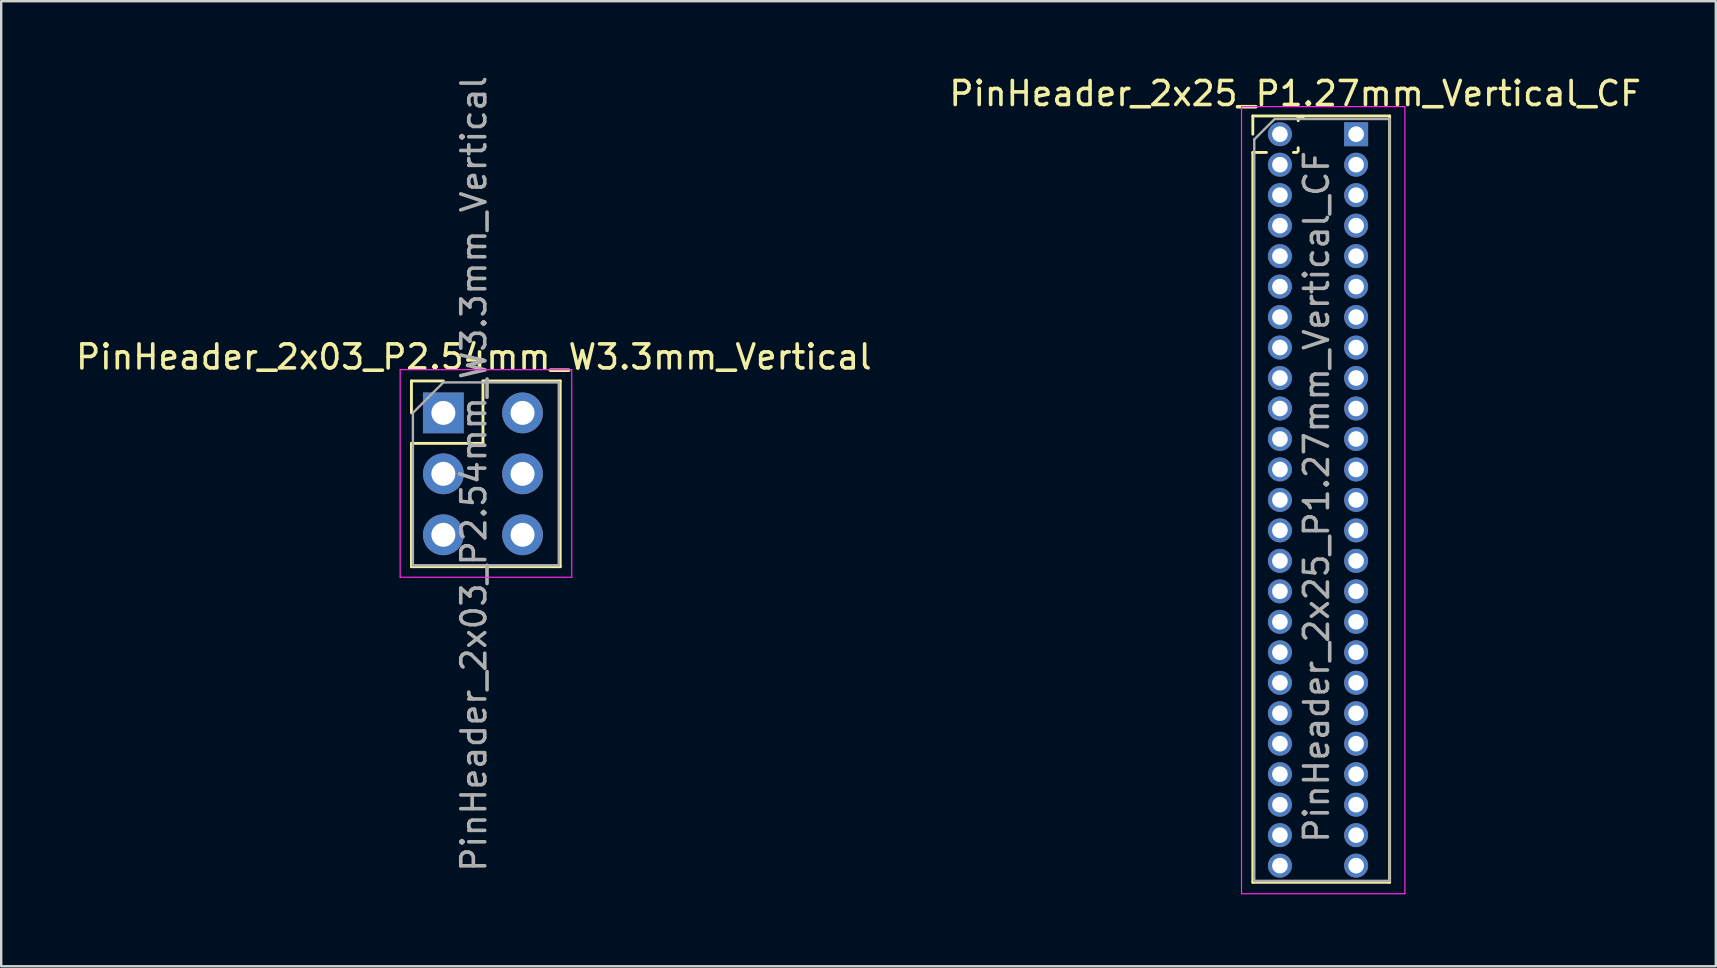
<source format=kicad_pcb>
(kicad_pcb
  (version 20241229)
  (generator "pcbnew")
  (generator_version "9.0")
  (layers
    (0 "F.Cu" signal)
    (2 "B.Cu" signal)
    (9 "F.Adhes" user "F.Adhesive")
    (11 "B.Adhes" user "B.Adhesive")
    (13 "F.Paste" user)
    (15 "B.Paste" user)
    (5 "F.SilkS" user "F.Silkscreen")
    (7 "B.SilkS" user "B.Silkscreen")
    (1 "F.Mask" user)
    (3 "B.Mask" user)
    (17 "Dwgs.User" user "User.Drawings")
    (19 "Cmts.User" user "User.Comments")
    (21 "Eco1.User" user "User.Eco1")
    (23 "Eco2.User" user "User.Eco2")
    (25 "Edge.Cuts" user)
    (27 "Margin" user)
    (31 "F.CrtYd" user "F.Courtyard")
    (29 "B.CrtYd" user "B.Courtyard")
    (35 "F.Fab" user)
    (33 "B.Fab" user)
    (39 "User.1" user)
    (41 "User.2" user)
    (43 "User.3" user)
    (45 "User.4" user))
  (footprint "PinHeader_2x03_P2.54mm_W3.3mm_Vertical"
    (layer "F.Cu")
    (at 15.426 14.156)
    (property "Reference" "PinHeader_2x03_P2.54mm_W3.3mm_Vertical" (at 1.27 -2.33 0) (layer "F.SilkS") (effects (font (size 1 1) (thickness 0.15))))
    (attr through_hole)
    (fp_line (start -1.33 -1.33) (end 0 -1.33) (stroke (width 0.12) (type solid)) (layer "F.SilkS"))
    (fp_line (start -1.33 0) (end -1.33 -1.33) (stroke (width 0.12) (type solid)) (layer "F.SilkS"))
    (fp_line (start -1.33 1.27) (end -1.33 6.41) (stroke (width 0.12) (type solid)) (layer "F.SilkS"))
    (fp_line (start -1.33 1.27) (end 1.651 1.27) (stroke (width 0.12) (type solid)) (layer "F.SilkS"))
    (fp_line (start -1.33 6.41) (end 4.87 6.41) (stroke (width 0.12) (type solid)) (layer "F.SilkS"))
    (fp_line (start 1.651 -1.33) (end 4.87 -1.33) (stroke (width 0.12) (type solid)) (layer "F.SilkS"))
    (fp_line (start 1.651 1.27) (end 1.651 -1.33) (stroke (width 0.12) (type solid)) (layer "F.SilkS"))
    (fp_line (start 4.87 -1.33) (end 4.87 6.41) (stroke (width 0.12) (type solid)) (layer "F.SilkS"))
    (fp_line (start -1.8 -1.8) (end -1.8 6.85) (stroke (width 0.05) (type solid)) (layer "F.CrtYd"))
    (fp_line (start -1.8 6.85) (end 5.35 6.85) (stroke (width 0.05) (type solid)) (layer "F.CrtYd"))
    (fp_line (start 5.35 -1.8) (end -1.8 -1.8) (stroke (width 0.05) (type solid)) (layer "F.CrtYd"))
    (fp_line (start 5.35 6.85) (end 5.35 -1.8) (stroke (width 0.05) (type solid)) (layer "F.CrtYd"))
    (fp_line (start -1.27 0) (end 0 -1.27) (stroke (width 0.1) (type solid)) (layer "F.Fab"))
    (fp_line (start -1.27 6.35) (end -1.27 0) (stroke (width 0.1) (type solid)) (layer "F.Fab"))
    (fp_line (start 0 -1.27) (end 4.81 -1.27) (stroke (width 0.1) (type solid)) (layer "F.Fab"))
    (fp_line (start 4.81 -1.27) (end 4.81 6.35) (stroke (width 0.1) (type solid)) (layer "F.Fab"))
    (fp_line (start 4.81 6.35) (end -1.27 6.35) (stroke (width 0.1) (type solid)) (layer "F.Fab"))
    (fp_text user "${REFERENCE}" (at 1.27 2.54 90) (layer "F.Fab") (effects (font (size 1 1) (thickness 0.15))))
    (pad "1" thru_hole rect (at 0 0) (size 1.7 1.7) (drill 1) (layers "*.Cu" "*.Mask"))
    (pad "2" thru_hole oval (at 3.3 0) (size 1.7 1.7) (drill 1) (layers "*.Cu" "*.Mask"))
    (pad "3" thru_hole oval (at 0 2.54) (size 1.7 1.7) (drill 1) (layers "*.Cu" "*.Mask"))
    (pad "4" thru_hole oval (at 3.3 2.54) (size 1.7 1.7) (drill 1) (layers "*.Cu" "*.Mask"))
    (pad "5" thru_hole oval (at 0 5.08) (size 1.7 1.7) (drill 1) (layers "*.Cu" "*.Mask"))
    (pad "6" thru_hole oval (at 3.3 5.08) (size 1.7 1.7) (drill 1) (layers "*.Cu" "*.Mask")))
  (footprint "PinHeader_2x25_P1.27mm_Vertical_CF"
    (layer "F.Cu")
    (at 52.066 2.57)
    (property "Reference" "PinHeader_2x25_P1.27mm_Vertical_CF" (at -1.143 -1.722 0) (layer "F.SilkS") (effects (font (size 1 1) (thickness 0.15))))
    (attr through_hole)
    (fp_line (start -2.908 -0.787) (end 2.794 -0.787) (stroke (width 0.12) (type solid)) (layer "F.SilkS"))
    (fp_line (start -2.908 -0.027) (end -2.908 -0.787) (stroke (width 0.12) (type solid)) (layer "F.SilkS"))
    (fp_line (start -2.908 0.733) (end -2.908 31.148) (stroke (width 0.12) (type solid)) (layer "F.SilkS"))
    (fp_line (start -2.908 0.733) (end -2.341 0.733) (stroke (width 0.12) (type solid)) (layer "F.SilkS"))
    (fp_line (start -2.908 31.148) (end 2.794 31.148) (stroke (width 0.12) (type solid)) (layer "F.SilkS"))
    (fp_line (start -1.215 0.733) (end -1.071 0.733) (stroke (width 0.12) (type solid)) (layer "F.SilkS"))
    (fp_line (start -1.018 -0.722) (end -0.816 -0.722) (stroke (width 0.12) (type solid)) (layer "F.SilkS"))
    (fp_line (start -1.018 -0.59) (end -1.018 -0.722) (stroke (width 0.12) (type solid)) (layer "F.SilkS"))
    (fp_line (start -1.018 0.68) (end -1.018 0.536) (stroke (width 0.12) (type solid)) (layer "F.SilkS"))
    (fp_line (start 2.794 -0.787) (end 2.794 31.148) (stroke (width 0.12) (type solid)) (layer "F.SilkS"))
    (fp_line (start -3.378 -1.177) (end -3.378 31.623) (stroke (width 0.05) (type solid)) (layer "F.CrtYd"))
    (fp_line (start -3.378 31.623) (end 3.429 31.623) (stroke (width 0.05) (type solid)) (layer "F.CrtYd"))
    (fp_line (start 3.429 -1.177) (end -3.378 -1.177) (stroke (width 0.05) (type solid)) (layer "F.CrtYd"))
    (fp_line (start 3.429 31.623) (end 3.429 -1.177) (stroke (width 0.05) (type solid)) (layer "F.CrtYd"))
    (fp_line (start -2.848 0.191) (end -1.996 -0.662) (stroke (width 0.1) (type solid)) (layer "F.Fab"))
    (fp_line (start -2.848 31.088) (end -2.848 0.191) (stroke (width 0.1) (type solid)) (layer "F.Fab"))
    (fp_line (start -1.996 -0.662) (end 2.794 -0.662) (stroke (width 0.1) (type solid)) (layer "F.Fab"))
    (fp_line (start 2.794 -0.662) (end 2.794 31.088) (stroke (width 0.1) (type solid)) (layer "F.Fab"))
    (fp_line (start 2.794 31.088) (end -2.848 31.088) (stroke (width 0.1) (type solid)) (layer "F.Fab"))
    (fp_text user "${REFERENCE}" (at -0.254 15.086 90) (layer "F.Fab") (effects (font (size 1 1) (thickness 0.15))))
    (pad "1" thru_hole rect (at 1.397 -0.027) (size 1 1) (drill 0.65) (layers "*.Cu" "*.Mask"))
    (pad "2" thru_hole oval (at 1.397 1.243) (size 1 1) (drill 0.65) (layers "*.Cu" "*.Mask"))
    (pad "3" thru_hole oval (at 1.397 2.513) (size 1 1) (drill 0.65) (layers "*.Cu" "*.Mask"))
    (pad "4" thru_hole oval (at 1.397 3.783) (size 1 1) (drill 0.65) (layers "*.Cu" "*.Mask"))
    (pad "5" thru_hole oval (at 1.397 5.053) (size 1 1) (drill 0.65) (layers "*.Cu" "*.Mask"))
    (pad "6" thru_hole oval (at 1.397 6.323) (size 1 1) (drill 0.65) (layers "*.Cu" "*.Mask"))
    (pad "7" thru_hole oval (at 1.397 7.593) (size 1 1) (drill 0.65) (layers "*.Cu" "*.Mask"))
    (pad "8" thru_hole oval (at 1.397 8.863) (size 1 1) (drill 0.65) (layers "*.Cu" "*.Mask"))
    (pad "9" thru_hole oval (at 1.397 10.133) (size 1 1) (drill 0.65) (layers "*.Cu" "*.Mask"))
    (pad "10" thru_hole oval (at 1.397 11.403) (size 1 1) (drill 0.65) (layers "*.Cu" "*.Mask"))
    (pad "11" thru_hole oval (at 1.397 12.673) (size 1 1) (drill 0.65) (layers "*.Cu" "*.Mask"))
    (pad "12" thru_hole oval (at 1.397 13.943) (size 1 1) (drill 0.65) (layers "*.Cu" "*.Mask"))
    (pad "13" thru_hole oval (at 1.397 15.213) (size 1 1) (drill 0.65) (layers "*.Cu" "*.Mask"))
    (pad "14" thru_hole oval (at 1.397 16.483) (size 1 1) (drill 0.65) (layers "*.Cu" "*.Mask"))
    (pad "15" thru_hole oval (at 1.397 17.753) (size 1 1) (drill 0.65) (layers "*.Cu" "*.Mask"))
    (pad "16" thru_hole oval (at 1.397 19.023) (size 1 1) (drill 0.65) (layers "*.Cu" "*.Mask"))
    (pad "17" thru_hole oval (at 1.397 20.293) (size 1 1) (drill 0.65) (layers "*.Cu" "*.Mask"))
    (pad "18" thru_hole oval (at 1.397 21.563) (size 1 1) (drill 0.65) (layers "*.Cu" "*.Mask"))
    (pad "19" thru_hole oval (at 1.397 22.833) (size 1 1) (drill 0.65) (layers "*.Cu" "*.Mask"))
    (pad "20" thru_hole oval (at 1.397 24.103) (size 1 1) (drill 0.65) (layers "*.Cu" "*.Mask"))
    (pad "21" thru_hole oval (at 1.397 25.373) (size 1 1) (drill 0.65) (layers "*.Cu" "*.Mask"))
    (pad "22" thru_hole oval (at 1.397 26.643) (size 1 1) (drill 0.65) (layers "*.Cu" "*.Mask"))
    (pad "23" thru_hole oval (at 1.397 27.913) (size 1 1) (drill 0.65) (layers "*.Cu" "*.Mask"))
    (pad "24" thru_hole oval (at 1.397 29.183) (size 1 1) (drill 0.65) (layers "*.Cu" "*.Mask"))
    (pad "25" thru_hole oval (at 1.397 30.453) (size 1 1) (drill 0.65) (layers "*.Cu" "*.Mask"))
    (pad "26" thru_hole oval (at -1.778 -0.027) (size 1 1) (drill 0.65) (layers "*.Cu" "*.Mask"))
    (pad "27" thru_hole oval (at -1.778 1.243) (size 1 1) (drill 0.65) (layers "*.Cu" "*.Mask"))
    (pad "28" thru_hole oval (at -1.778 2.513) (size 1 1) (drill 0.65) (layers "*.Cu" "*.Mask"))
    (pad "29" thru_hole oval (at -1.778 3.783) (size 1 1) (drill 0.65) (layers "*.Cu" "*.Mask"))
    (pad "30" thru_hole oval (at -1.778 5.053) (size 1 1) (drill 0.65) (layers "*.Cu" "*.Mask"))
    (pad "31" thru_hole oval (at -1.778 6.323) (size 1 1) (drill 0.65) (layers "*.Cu" "*.Mask"))
    (pad "32" thru_hole oval (at -1.778 7.593) (size 1 1) (drill 0.65) (layers "*.Cu" "*.Mask"))
    (pad "33" thru_hole oval (at -1.778 8.863) (size 1 1) (drill 0.65) (layers "*.Cu" "*.Mask"))
    (pad "34" thru_hole oval (at -1.778 10.133) (size 1 1) (drill 0.65) (layers "*.Cu" "*.Mask"))
    (pad "35" thru_hole oval (at -1.778 11.403) (size 1 1) (drill 0.65) (layers "*.Cu" "*.Mask"))
    (pad "36" thru_hole oval (at -1.778 12.673) (size 1 1) (drill 0.65) (layers "*.Cu" "*.Mask"))
    (pad "37" thru_hole oval (at -1.778 13.943) (size 1 1) (drill 0.65) (layers "*.Cu" "*.Mask"))
    (pad "38" thru_hole oval (at -1.778 15.213) (size 1 1) (drill 0.65) (layers "*.Cu" "*.Mask"))
    (pad "39" thru_hole oval (at -1.778 16.483) (size 1 1) (drill 0.65) (layers "*.Cu" "*.Mask"))
    (pad "40" thru_hole oval (at -1.778 17.753) (size 1 1) (drill 0.65) (layers "*.Cu" "*.Mask"))
    (pad "41" thru_hole oval (at -1.778 19.023) (size 1 1) (drill 0.65) (layers "*.Cu" "*.Mask"))
    (pad "42" thru_hole oval (at -1.778 20.293) (size 1 1) (drill 0.65) (layers "*.Cu" "*.Mask"))
    (pad "43" thru_hole oval (at -1.778 21.563) (size 1 1) (drill 0.65) (layers "*.Cu" "*.Mask"))
    (pad "44" thru_hole oval (at -1.778 22.833) (size 1 1) (drill 0.65) (layers "*.Cu" "*.Mask"))
    (pad "45" thru_hole oval (at -1.778 24.103) (size 1 1) (drill 0.65) (layers "*.Cu" "*.Mask"))
    (pad "46" thru_hole oval (at -1.778 25.373) (size 1 1) (drill 0.65) (layers "*.Cu" "*.Mask"))
    (pad "47" thru_hole oval (at -1.778 26.643) (size 1 1) (drill 0.65) (layers "*.Cu" "*.Mask"))
    (pad "48" thru_hole oval (at -1.778 27.913) (size 1 1) (drill 0.65) (layers "*.Cu" "*.Mask"))
    (pad "49" thru_hole oval (at -1.778 29.183) (size 1 1) (drill 0.65) (layers "*.Cu" "*.Mask"))
    (pad "50" thru_hole oval (at -1.778 30.453) (size 1 1) (drill 0.65) (layers "*.Cu" "*.Mask")))
  (gr_rect
    (start -3 -3)
    (end 68.452 37.218)
    (stroke (width 0.1) (type default))
    (fill no)
    (layer "Edge.Cuts")))
</source>
